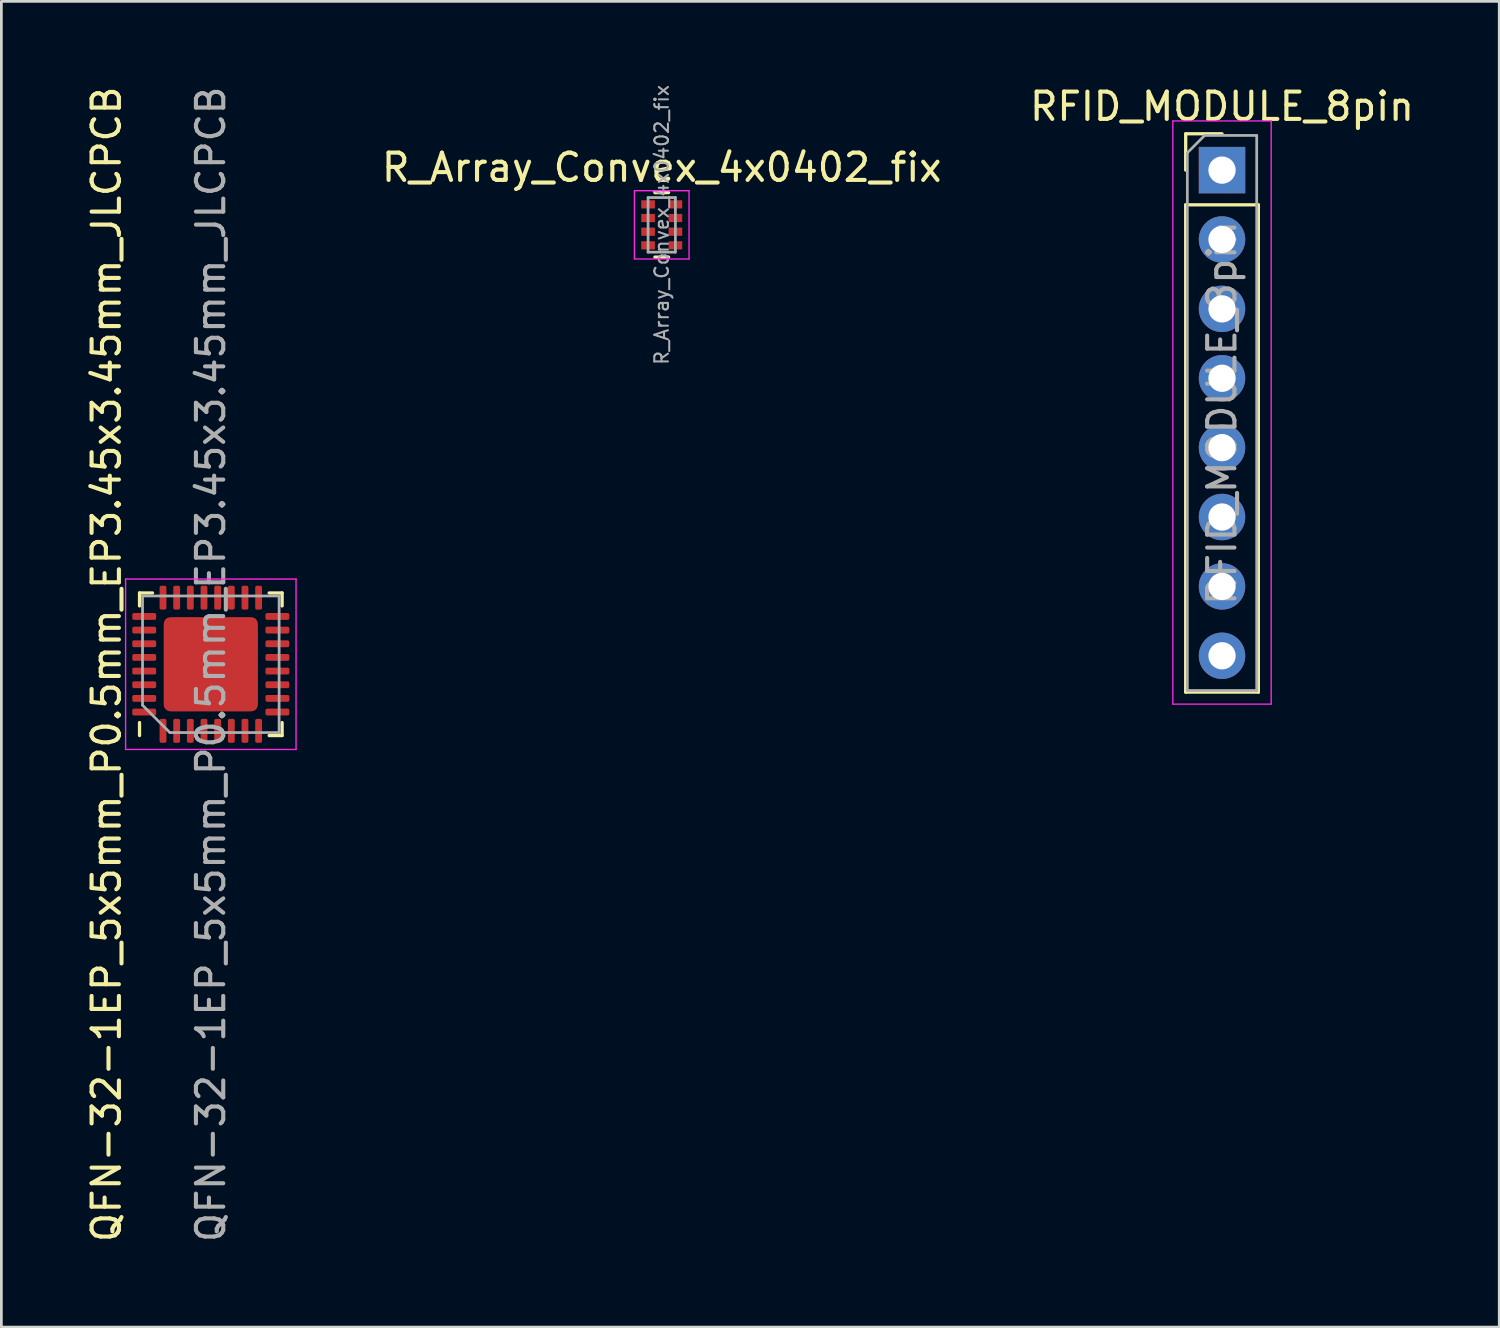
<source format=kicad_pcb>
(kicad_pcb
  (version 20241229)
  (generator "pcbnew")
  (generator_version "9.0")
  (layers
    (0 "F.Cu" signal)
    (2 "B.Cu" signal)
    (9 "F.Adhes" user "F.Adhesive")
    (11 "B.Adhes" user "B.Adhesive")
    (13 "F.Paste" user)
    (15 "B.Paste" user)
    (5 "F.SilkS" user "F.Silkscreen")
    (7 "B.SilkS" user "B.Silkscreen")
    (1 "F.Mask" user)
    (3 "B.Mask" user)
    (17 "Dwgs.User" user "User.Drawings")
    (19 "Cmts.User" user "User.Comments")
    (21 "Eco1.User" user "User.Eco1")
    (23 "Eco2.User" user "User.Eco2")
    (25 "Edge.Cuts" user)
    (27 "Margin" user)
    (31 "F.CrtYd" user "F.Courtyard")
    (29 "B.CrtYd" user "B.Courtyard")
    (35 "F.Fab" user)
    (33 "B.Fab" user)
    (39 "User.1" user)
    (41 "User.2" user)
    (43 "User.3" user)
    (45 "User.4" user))
  (footprint "QFN-32-1EP_5x5mm_P0.5mm_EP3.45x3.45mm_JLCPCB"
    (layer "F.Cu")
    (at 4.668 21.268)
    (property "Reference" "QFN-32-1EP_5x5mm_P0.5mm_EP3.45x3.45mm_JLCPCB" (at -3.82 0 90) (layer "F.SilkS") (effects (font (size 1 1) (thickness 0.15))))
    (attr smd)
    (fp_line (start -2.61 -2.61) (end -2.135 -2.61) (stroke (width 0.12) (type solid)) (layer "F.SilkS"))
    (fp_line (start -2.61 -2.135) (end -2.61 -2.61) (stroke (width 0.12) (type solid)) (layer "F.SilkS"))
    (fp_line (start -2.61 2.135) (end -2.61 2.61) (stroke (width 0.12) (type solid)) (layer "F.SilkS"))
    (fp_line (start 2.61 -2.61) (end 2.135 -2.61) (stroke (width 0.12) (type solid)) (layer "F.SilkS"))
    (fp_line (start 2.61 -2.135) (end 2.61 -2.61) (stroke (width 0.12) (type solid)) (layer "F.SilkS"))
    (fp_line (start 2.61 2.135) (end 2.61 2.61) (stroke (width 0.12) (type solid)) (layer "F.SilkS"))
    (fp_line (start 2.61 2.61) (end 2.135 2.61) (stroke (width 0.12) (type solid)) (layer "F.SilkS"))
    (fp_line (start -3.12 -3.12) (end -3.12 3.12) (stroke (width 0.05) (type solid)) (layer "F.CrtYd"))
    (fp_line (start -3.12 3.12) (end 3.12 3.12) (stroke (width 0.05) (type solid)) (layer "F.CrtYd"))
    (fp_line (start 3.12 -3.12) (end -3.12 -3.12) (stroke (width 0.05) (type solid)) (layer "F.CrtYd"))
    (fp_line (start 3.12 3.12) (end 3.12 -3.12) (stroke (width 0.05) (type solid)) (layer "F.CrtYd"))
    (fp_line (start -2.5 -2.5) (end 2.5 -2.5) (stroke (width 0.1) (type solid)) (layer "F.Fab"))
    (fp_line (start -2.5 1.5) (end -2.5 -2.5) (stroke (width 0.1) (type solid)) (layer "F.Fab"))
    (fp_line (start -1.5 2.5) (end -2.5 1.5) (stroke (width 0.1) (type solid)) (layer "F.Fab"))
    (fp_line (start 2.5 -2.5) (end 2.5 2.5) (stroke (width 0.1) (type solid)) (layer "F.Fab"))
    (fp_line (start 2.5 2.5) (end -1.5 2.5) (stroke (width 0.1) (type solid)) (layer "F.Fab"))
    (fp_text user "${REFERENCE}" (at 0 0 90) (layer "F.Fab") (effects (font (size 1 1) (thickness 0.15))))
    (pad "" smd roundrect (at -1.15 -1.15 90) (size 0.93 0.93) (layers "F.Paste") (roundrect_rratio 0.25))
    (pad "" smd roundrect (at -1.15 0 90) (size 0.93 0.93) (layers "F.Paste") (roundrect_rratio 0.25))
    (pad "" smd roundrect (at -1.15 1.15 90) (size 0.93 0.93) (layers "F.Paste") (roundrect_rratio 0.25))
    (pad "" smd roundrect (at 0 -1.15 90) (size 0.93 0.93) (layers "F.Paste") (roundrect_rratio 0.25))
    (pad "" smd roundrect (at 0 0 90) (size 0.93 0.93) (layers "F.Paste") (roundrect_rratio 0.25))
    (pad "" smd roundrect (at 0 1.15 90) (size 0.93 0.93) (layers "F.Paste") (roundrect_rratio 0.25))
    (pad "" smd roundrect (at 1.15 -1.15 90) (size 0.93 0.93) (layers "F.Paste") (roundrect_rratio 0.25))
    (pad "" smd roundrect (at 1.15 0 90) (size 0.93 0.93) (layers "F.Paste") (roundrect_rratio 0.25))
    (pad "" smd roundrect (at 1.15 1.15 90) (size 0.93 0.93) (layers "F.Paste") (roundrect_rratio 0.25))
    (pad "1" smd roundrect (at -1.75 2.438 90) (size 0.875 0.25) (layers "F.Cu" "F.Mask" "F.Paste") (roundrect_rratio 0.25))
    (pad "2" smd roundrect (at -1.25 2.438 90) (size 0.875 0.25) (layers "F.Cu" "F.Mask" "F.Paste") (roundrect_rratio 0.25))
    (pad "3" smd roundrect (at -0.75 2.438 90) (size 0.875 0.25) (layers "F.Cu" "F.Mask" "F.Paste") (roundrect_rratio 0.25))
    (pad "4" smd roundrect (at -0.25 2.438 90) (size 0.875 0.25) (layers "F.Cu" "F.Mask" "F.Paste") (roundrect_rratio 0.25))
    (pad "5" smd roundrect (at 0.25 2.438 90) (size 0.875 0.25) (layers "F.Cu" "F.Mask" "F.Paste") (roundrect_rratio 0.25))
    (pad "6" smd roundrect (at 0.75 2.438 90) (size 0.875 0.25) (layers "F.Cu" "F.Mask" "F.Paste") (roundrect_rratio 0.25))
    (pad "7" smd roundrect (at 1.25 2.438 90) (size 0.875 0.25) (layers "F.Cu" "F.Mask" "F.Paste") (roundrect_rratio 0.25))
    (pad "8" smd roundrect (at 1.75 2.438 90) (size 0.875 0.25) (layers "F.Cu" "F.Mask" "F.Paste") (roundrect_rratio 0.25))
    (pad "9" smd roundrect (at 2.438 1.75 90) (size 0.25 0.875) (layers "F.Cu" "F.Mask" "F.Paste") (roundrect_rratio 0.25))
    (pad "10" smd roundrect (at 2.438 1.25 90) (size 0.25 0.875) (layers "F.Cu" "F.Mask" "F.Paste") (roundrect_rratio 0.25))
    (pad "11" smd roundrect (at 2.438 0.75 90) (size 0.25 0.875) (layers "F.Cu" "F.Mask" "F.Paste") (roundrect_rratio 0.25))
    (pad "12" smd roundrect (at 2.438 0.25 90) (size 0.25 0.875) (layers "F.Cu" "F.Mask" "F.Paste") (roundrect_rratio 0.25))
    (pad "13" smd roundrect (at 2.438 -0.25 90) (size 0.25 0.875) (layers "F.Cu" "F.Mask" "F.Paste") (roundrect_rratio 0.25))
    (pad "14" smd roundrect (at 2.438 -0.75 90) (size 0.25 0.875) (layers "F.Cu" "F.Mask" "F.Paste") (roundrect_rratio 0.25))
    (pad "15" smd roundrect (at 2.438 -1.25 90) (size 0.25 0.875) (layers "F.Cu" "F.Mask" "F.Paste") (roundrect_rratio 0.25))
    (pad "16" smd roundrect (at 2.438 -1.75 90) (size 0.25 0.875) (layers "F.Cu" "F.Mask" "F.Paste") (roundrect_rratio 0.25))
    (pad "17" smd roundrect (at 1.75 -2.438 90) (size 0.875 0.25) (layers "F.Cu" "F.Mask" "F.Paste") (roundrect_rratio 0.25))
    (pad "18" smd roundrect (at 1.25 -2.438 90) (size 0.875 0.25) (layers "F.Cu" "F.Mask" "F.Paste") (roundrect_rratio 0.25))
    (pad "19" smd roundrect (at 0.75 -2.438 90) (size 0.875 0.25) (layers "F.Cu" "F.Mask" "F.Paste") (roundrect_rratio 0.25))
    (pad "20" smd roundrect (at 0.25 -2.438 90) (size 0.875 0.25) (layers "F.Cu" "F.Mask" "F.Paste") (roundrect_rratio 0.25))
    (pad "21" smd roundrect (at -0.25 -2.438 90) (size 0.875 0.25) (layers "F.Cu" "F.Mask" "F.Paste") (roundrect_rratio 0.25))
    (pad "22" smd roundrect (at -0.75 -2.438 90) (size 0.875 0.25) (layers "F.Cu" "F.Mask" "F.Paste") (roundrect_rratio 0.25))
    (pad "23" smd roundrect (at -1.25 -2.438 90) (size 0.875 0.25) (layers "F.Cu" "F.Mask" "F.Paste") (roundrect_rratio 0.25))
    (pad "24" smd roundrect (at -1.75 -2.438 90) (size 0.875 0.25) (layers "F.Cu" "F.Mask" "F.Paste") (roundrect_rratio 0.25))
    (pad "25" smd roundrect (at -2.438 -1.75 90) (size 0.25 0.875) (layers "F.Cu" "F.Mask" "F.Paste") (roundrect_rratio 0.25))
    (pad "26" smd roundrect (at -2.438 -1.25 90) (size 0.25 0.875) (layers "F.Cu" "F.Mask" "F.Paste") (roundrect_rratio 0.25))
    (pad "27" smd roundrect (at -2.438 -0.75 90) (size 0.25 0.875) (layers "F.Cu" "F.Mask" "F.Paste") (roundrect_rratio 0.25))
    (pad "28" smd roundrect (at -2.438 -0.25 90) (size 0.25 0.875) (layers "F.Cu" "F.Mask" "F.Paste") (roundrect_rratio 0.25))
    (pad "29" smd roundrect (at -2.438 0.25 90) (size 0.25 0.875) (layers "F.Cu" "F.Mask" "F.Paste") (roundrect_rratio 0.25))
    (pad "30" smd roundrect (at -2.438 0.75 90) (size 0.25 0.875) (layers "F.Cu" "F.Mask" "F.Paste") (roundrect_rratio 0.25))
    (pad "31" smd roundrect (at -2.438 1.25 90) (size 0.25 0.875) (layers "F.Cu" "F.Mask" "F.Paste") (roundrect_rratio 0.25))
    (pad "32" smd roundrect (at -2.438 1.75 90) (size 0.25 0.875) (layers "F.Cu" "F.Mask" "F.Paste") (roundrect_rratio 0.25))
    (pad "33" smd roundrect (at 0 0 90) (size 3.45 3.45) (layers "F.Cu" "F.Mask") (roundrect_rratio 0.072)))
  (footprint "R_Array_Convex_4x0402_fix"
    (layer "F.Cu")
    (at 21.176 5.182)
    (property "Reference" "R_Array_Convex_4x0402_fix" (at 0 -2.1 0) (layer "F.SilkS") (effects (font (size 1 1) (thickness 0.15))))
    (attr smd)
    (fp_line (start 0.25 -1.18) (end -0.25 -1.18) (stroke (width 0.12) (type solid)) (layer "F.SilkS"))
    (fp_line (start 0.25 1.18) (end -0.25 1.18) (stroke (width 0.12) (type solid)) (layer "F.SilkS"))
    (fp_line (start -1 -1.25) (end -1 1.25) (stroke (width 0.05) (type solid)) (layer "F.CrtYd"))
    (fp_line (start -1 -1.25) (end 1 -1.25) (stroke (width 0.05) (type solid)) (layer "F.CrtYd"))
    (fp_line (start 1 1.25) (end -1 1.25) (stroke (width 0.05) (type solid)) (layer "F.CrtYd"))
    (fp_line (start 1 1.25) (end 1 -1.25) (stroke (width 0.05) (type solid)) (layer "F.CrtYd"))
    (fp_line (start -0.5 -1) (end 0.5 -1) (stroke (width 0.1) (type solid)) (layer "F.Fab"))
    (fp_line (start -0.5 1) (end -0.5 -1) (stroke (width 0.1) (type solid)) (layer "F.Fab"))
    (fp_line (start 0.5 -1) (end 0.5 1) (stroke (width 0.1) (type solid)) (layer "F.Fab"))
    (fp_line (start 0.5 1) (end -0.5 1) (stroke (width 0.1) (type solid)) (layer "F.Fab"))
    (fp_text user "${REFERENCE}" (at 0 0 90) (layer "F.Fab") (effects (font (size 0.5 0.5) (thickness 0.075))))
    (pad "1" smd rect (at -0.5 -0.75) (size 0.5 0.3) (layers "F.Cu" "F.Mask" "F.Paste"))
    (pad "2" smd rect (at -0.5 -0.25) (size 0.5 0.3) (layers "F.Cu" "F.Mask" "F.Paste"))
    (pad "3" smd rect (at -0.5 0.25) (size 0.5 0.3) (layers "F.Cu" "F.Mask" "F.Paste"))
    (pad "4" smd rect (at -0.5 0.75) (size 0.5 0.3) (layers "F.Cu" "F.Mask" "F.Paste"))
    (pad "5" smd rect (at 0.5 0.75) (size 0.5 0.3) (layers "F.Cu" "F.Mask" "F.Paste"))
    (pad "6" smd rect (at 0.5 0.25) (size 0.5 0.3) (layers "F.Cu" "F.Mask" "F.Paste"))
    (pad "7" smd rect (at 0.5 -0.25) (size 0.5 0.3) (layers "F.Cu" "F.Mask" "F.Paste"))
    (pad "8" smd rect (at 0.5 -0.75) (size 0.5 0.3) (layers "F.Cu" "F.Mask" "F.Paste")))
  (footprint "RFID_MODULE_8pin"
    (layer "F.Cu")
    (at 41.688 3.178)
    (property "Reference" "RFID_MODULE_8pin" (at 0 -2.33 0) (layer "F.SilkS") (effects (font (size 1 1) (thickness 0.15))))
    (attr through_hole)
    (fp_line (start -1.33 -1.33) (end 0 -1.33) (stroke (width 0.12) (type solid)) (layer "F.SilkS"))
    (fp_line (start -1.33 0) (end -1.33 -1.33) (stroke (width 0.12) (type solid)) (layer "F.SilkS"))
    (fp_line (start -1.33 1.27) (end -1.33 19.11) (stroke (width 0.12) (type solid)) (layer "F.SilkS"))
    (fp_line (start -1.33 1.27) (end 1.33 1.27) (stroke (width 0.12) (type solid)) (layer "F.SilkS"))
    (fp_line (start -1.33 19.11) (end 1.33 19.11) (stroke (width 0.12) (type solid)) (layer "F.SilkS"))
    (fp_line (start 1.33 1.27) (end 1.33 19.11) (stroke (width 0.12) (type solid)) (layer "F.SilkS"))
    (fp_line (start -1.8 -1.8) (end -1.8 19.55) (stroke (width 0.05) (type solid)) (layer "F.CrtYd"))
    (fp_line (start -1.8 19.55) (end 1.8 19.55) (stroke (width 0.05) (type solid)) (layer "F.CrtYd"))
    (fp_line (start 1.8 -1.8) (end -1.8 -1.8) (stroke (width 0.05) (type solid)) (layer "F.CrtYd"))
    (fp_line (start 1.8 19.55) (end 1.8 -1.8) (stroke (width 0.05) (type solid)) (layer "F.CrtYd"))
    (fp_line (start -1.27 -0.635) (end -0.635 -1.27) (stroke (width 0.1) (type solid)) (layer "F.Fab"))
    (fp_line (start -1.27 19.05) (end -1.27 -0.635) (stroke (width 0.1) (type solid)) (layer "F.Fab"))
    (fp_line (start -0.635 -1.27) (end 1.27 -1.27) (stroke (width 0.1) (type solid)) (layer "F.Fab"))
    (fp_line (start 1.27 -1.27) (end 1.27 19.05) (stroke (width 0.1) (type solid)) (layer "F.Fab"))
    (fp_line (start 1.27 19.05) (end -1.27 19.05) (stroke (width 0.1) (type solid)) (layer "F.Fab"))
    (fp_text user "${REFERENCE}" (at 0 8.89 90) (layer "F.Fab") (effects (font (size 1 1) (thickness 0.15))))
    (pad "1" thru_hole rect (at 0 0) (size 1.7 1.7) (drill 1) (layers "*.Cu" "*.Mask"))
    (pad "2" thru_hole oval (at 0 2.54) (size 1.7 1.7) (drill 1) (layers "*.Cu" "*.Mask"))
    (pad "3" thru_hole oval (at 0 5.08) (size 1.7 1.7) (drill 1) (layers "*.Cu" "*.Mask"))
    (pad "4" thru_hole oval (at 0 7.62) (size 1.7 1.7) (drill 1) (layers "*.Cu" "*.Mask"))
    (pad "5" thru_hole oval (at 0 10.16) (size 1.7 1.7) (drill 1) (layers "*.Cu" "*.Mask"))
    (pad "6" thru_hole oval (at 0 12.7) (size 1.7 1.7) (drill 1) (layers "*.Cu" "*.Mask"))
    (pad "7" thru_hole oval (at 0 15.24) (size 1.7 1.7) (drill 1) (layers "*.Cu" "*.Mask"))
    (pad "8" thru_hole oval (at 0 17.78) (size 1.7 1.7) (drill 1) (layers "*.Cu" "*.Mask")))
  (gr_rect
    (start -3 -3)
    (end 51.837 45.536)
    (stroke (width 0.1) (type default))
    (fill no)
    (layer "Edge.Cuts")))
</source>
